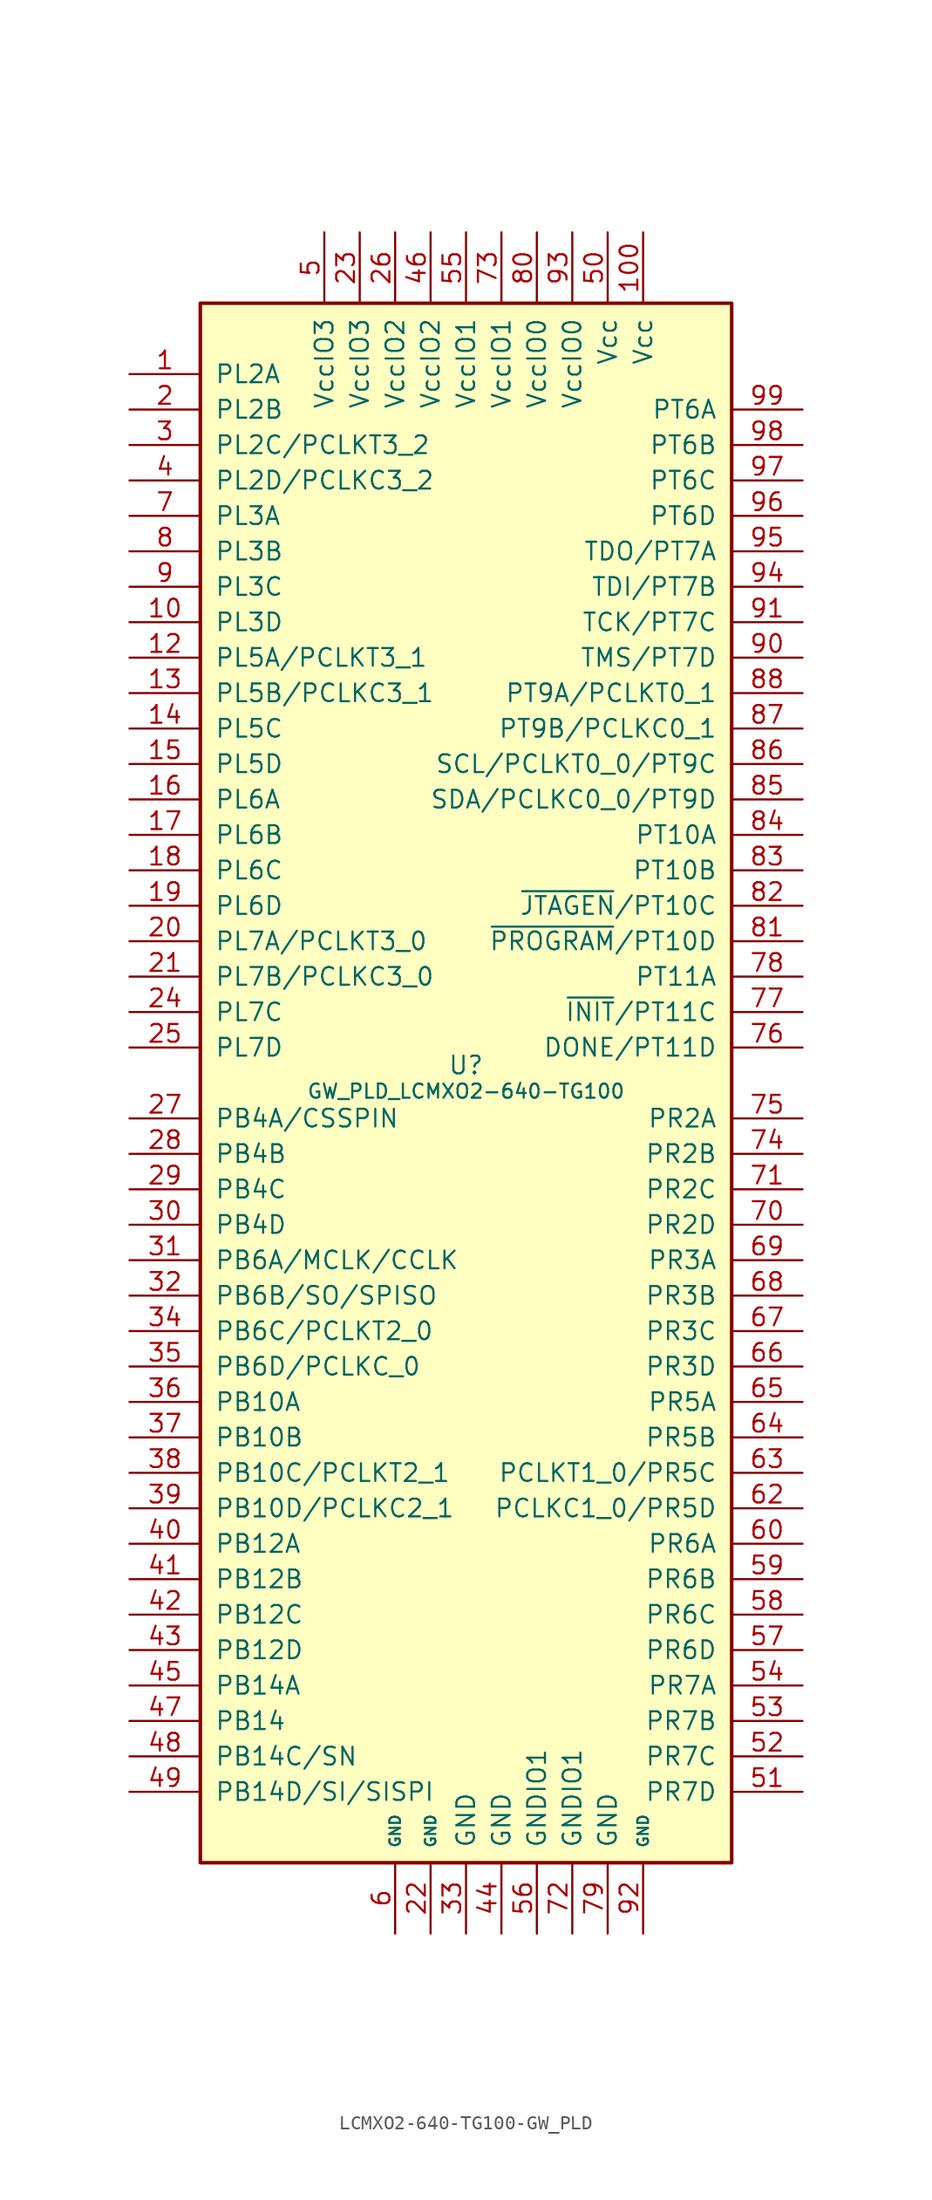
<source format=kicad_sym>
(kicad_symbol_lib
  (version 20220914)
  (generator kicad_symbol_editor)
  (symbol "LCMXO2-640-TG100-GW_PLD"
    (pin_names
      (offset 1.016))
    (property "Reference" "U"
      (at 0 1.27 0)
      (effects (font (size 1.27 1.27))))
    (property "Value" "GW_PLD_LCMXO2-640-TG100"
      (at 0 0 0)
      (effects (font (size 1.016 1.016)) (justify top)))
    (symbol "LCMXO2-640-TG100-GW_PLD_1_1"
      (rectangle (start -19.05 55.88) (end 19.05 -55.88) (stroke (width 0.254) (type solid)) (fill (type background)))
      (pin bidirectional line (at -24.13 50.8 0) (length 5.08) (name "PL2A" (effects (font (size 1.27 1.27)))) (number "1" (effects (font (size 1.27 1.27)))))
      (pin bidirectional line (at -24.13 33.02 0) (length 5.08) (name "PL3D" (effects (font (size 1.27 1.27)))) (number "10" (effects (font (size 1.27 1.27)))))
      (pin power_in line (at 12.7 60.96 270) (length 5.08) (name "Vcc" (effects (font (size 1.27 1.27)))) (number "100" (effects (font (size 1.27 1.27)))))
      (pin bidirectional line (at -24.13 30.48 0) (length 5.08) (name "PL5A/PCLKT3_1" (effects (font (size 1.27 1.27)))) (number "12" (effects (font (size 1.27 1.27)))))
      (pin bidirectional line (at -24.13 27.94 0) (length 5.08) (name "PL5B/PCLKC3_1" (effects (font (size 1.27 1.27)))) (number "13" (effects (font (size 1.27 1.27)))))
      (pin bidirectional line (at -24.13 25.4 0) (length 5.08) (name "PL5C" (effects (font (size 1.27 1.27)))) (number "14" (effects (font (size 1.27 1.27)))))
      (pin bidirectional line (at -24.13 22.86 0) (length 5.08) (name "PL5D" (effects (font (size 1.27 1.27)))) (number "15" (effects (font (size 1.27 1.27)))))
      (pin bidirectional line (at -24.13 20.32 0) (length 5.08) (name "PL6A" (effects (font (size 1.27 1.27)))) (number "16" (effects (font (size 1.27 1.27)))))
      (pin bidirectional line (at -24.13 17.78 0) (length 5.08) (name "PL6B" (effects (font (size 1.27 1.27)))) (number "17" (effects (font (size 1.27 1.27)))))
      (pin bidirectional line (at -24.13 15.24 0) (length 5.08) (name "PL6C" (effects (font (size 1.27 1.27)))) (number "18" (effects (font (size 1.27 1.27)))))
      (pin bidirectional line (at -24.13 12.7 0) (length 5.08) (name "PL6D" (effects (font (size 1.27 1.27)))) (number "19" (effects (font (size 1.27 1.27)))))
      (pin bidirectional line (at -24.13 48.26 0) (length 5.08) (name "PL2B" (effects (font (size 1.27 1.27)))) (number "2" (effects (font (size 1.27 1.27)))))
      (pin bidirectional line (at -24.13 10.16 0) (length 5.08) (name "PL7A/PCLKT3_0" (effects (font (size 1.27 1.27)))) (number "20" (effects (font (size 1.27 1.27)))))
      (pin bidirectional line (at -24.13 7.62 0) (length 5.08) (name "PL7B/PCLKC3_0" (effects (font (size 1.27 1.27)))) (number "21" (effects (font (size 1.27 1.27)))))
      (pin power_in line (at -2.54 -60.96 90) (length 5.08) (name "GND" (effects (font (size 0.762 0.762)))) (number "22" (effects (font (size 1.27 1.27)))))
      (pin power_in line (at -7.62 60.96 270) (length 5.08) (name "VccIO3" (effects (font (size 1.27 1.27)))) (number "23" (effects (font (size 1.27 1.27)))))
      (pin bidirectional line (at -24.13 5.08 0) (length 5.08) (name "PL7C" (effects (font (size 1.27 1.27)))) (number "24" (effects (font (size 1.27 1.27)))))
      (pin bidirectional line (at -24.13 2.54 0) (length 5.08) (name "PL7D" (effects (font (size 1.27 1.27)))) (number "25" (effects (font (size 1.27 1.27)))))
      (pin power_in line (at -5.08 60.96 270) (length 5.08) (name "VccIO2" (effects (font (size 1.27 1.27)))) (number "26" (effects (font (size 1.27 1.27)))))
      (pin bidirectional line (at -24.13 -2.54 0) (length 5.08) (name "PB4A/CSSPIN" (effects (font (size 1.27 1.27)))) (number "27" (effects (font (size 1.27 1.27)))))
      (pin bidirectional line (at -24.13 -5.08 0) (length 5.08) (name "PB4B" (effects (font (size 1.27 1.27)))) (number "28" (effects (font (size 1.27 1.27)))))
      (pin bidirectional line (at -24.13 -7.62 0) (length 5.08) (name "PB4C" (effects (font (size 1.27 1.27)))) (number "29" (effects (font (size 1.27 1.27)))))
      (pin bidirectional line (at -24.13 45.72 0) (length 5.08) (name "PL2C/PCLKT3_2" (effects (font (size 1.27 1.27)))) (number "3" (effects (font (size 1.27 1.27)))))
      (pin bidirectional line (at -24.13 -10.16 0) (length 5.08) (name "PB4D" (effects (font (size 1.27 1.27)))) (number "30" (effects (font (size 1.27 1.27)))))
      (pin bidirectional line (at -24.13 -12.7 0) (length 5.08) (name "PB6A/MCLK/CCLK" (effects (font (size 1.27 1.27)))) (number "31" (effects (font (size 1.27 1.27)))))
      (pin bidirectional line (at -24.13 -15.24 0) (length 5.08) (name "PB6B/SO/SPISO" (effects (font (size 1.27 1.27)))) (number "32" (effects (font (size 1.27 1.27)))))
      (pin power_in line (at 0 -60.96 90) (length 5.08) (name "GND" (effects (font (size 1.27 1.27)))) (number "33" (effects (font (size 1.27 1.27)))))
      (pin bidirectional line (at -24.13 -17.78 0) (length 5.08) (name "PB6C/PCLKT2_0" (effects (font (size 1.27 1.27)))) (number "34" (effects (font (size 1.27 1.27)))))
      (pin bidirectional line (at -24.13 -20.32 0) (length 5.08) (name "PB6D/PCLKC_0" (effects (font (size 1.27 1.27)))) (number "35" (effects (font (size 1.27 1.27)))))
      (pin bidirectional line (at -24.13 -22.86 0) (length 5.08) (name "PB10A" (effects (font (size 1.27 1.27)))) (number "36" (effects (font (size 1.27 1.27)))))
      (pin bidirectional line (at -24.13 -25.4 0) (length 5.08) (name "PB10B" (effects (font (size 1.27 1.27)))) (number "37" (effects (font (size 1.27 1.27)))))
      (pin bidirectional line (at -24.13 -27.94 0) (length 5.08) (name "PB10C/PCLKT2_1" (effects (font (size 1.27 1.27)))) (number "38" (effects (font (size 1.27 1.27)))))
      (pin bidirectional line (at -24.13 -30.48 0) (length 5.08) (name "PB10D/PCLKC2_1" (effects (font (size 1.27 1.27)))) (number "39" (effects (font (size 1.27 1.27)))))
      (pin bidirectional line (at -24.13 43.18 0) (length 5.08) (name "PL2D/PCLKC3_2" (effects (font (size 1.27 1.27)))) (number "4" (effects (font (size 1.27 1.27)))))
      (pin bidirectional line (at -24.13 -33.02 0) (length 5.08) (name "PB12A" (effects (font (size 1.27 1.27)))) (number "40" (effects (font (size 1.27 1.27)))))
      (pin bidirectional line (at -24.13 -35.56 0) (length 5.08) (name "PB12B" (effects (font (size 1.27 1.27)))) (number "41" (effects (font (size 1.27 1.27)))))
      (pin bidirectional line (at -24.13 -38.1 0) (length 5.08) (name "PB12C" (effects (font (size 1.27 1.27)))) (number "42" (effects (font (size 1.27 1.27)))))
      (pin bidirectional line (at -24.13 -40.64 0) (length 5.08) (name "PB12D" (effects (font (size 1.27 1.27)))) (number "43" (effects (font (size 1.27 1.27)))))
      (pin power_in line (at 2.54 -60.96 90) (length 5.08) (name "GND" (effects (font (size 1.27 1.27)))) (number "44" (effects (font (size 1.27 1.27)))))
      (pin bidirectional line (at -24.13 -43.18 0) (length 5.08) (name "PB14A" (effects (font (size 1.27 1.27)))) (number "45" (effects (font (size 1.27 1.27)))))
      (pin power_in line (at -2.54 60.96 270) (length 5.08) (name "VccIO2" (effects (font (size 1.27 1.27)))) (number "46" (effects (font (size 1.27 1.27)))))
      (pin bidirectional line (at -24.13 -45.72 0) (length 5.08) (name "PB14" (effects (font (size 1.27 1.27)))) (number "47" (effects (font (size 1.27 1.27)))))
      (pin bidirectional line (at -24.13 -48.26 0) (length 5.08) (name "PB14C/SN" (effects (font (size 1.27 1.27)))) (number "48" (effects (font (size 1.27 1.27)))))
      (pin bidirectional line (at -24.13 -50.8 0) (length 5.08) (name "PB14D/SI/SISPI" (effects (font (size 1.27 1.27)))) (number "49" (effects (font (size 1.27 1.27)))))
      (pin power_in line (at -10.16 60.96 270) (length 5.08) (name "VccIO3" (effects (font (size 1.27 1.27)))) (number "5" (effects (font (size 1.27 1.27)))))
      (pin power_in line (at 10.16 60.96 270) (length 5.08) (name "Vcc" (effects (font (size 1.27 1.27)))) (number "50" (effects (font (size 1.27 1.27)))))
      (pin bidirectional line (at 24.13 -50.8 180) (length 5.08) (name "PR7D" (effects (font (size 1.27 1.27)))) (number "51" (effects (font (size 1.27 1.27)))))
      (pin bidirectional line (at 24.13 -48.26 180) (length 5.08) (name "PR7C" (effects (font (size 1.27 1.27)))) (number "52" (effects (font (size 1.27 1.27)))))
      (pin bidirectional line (at 24.13 -45.72 180) (length 5.08) (name "PR7B" (effects (font (size 1.27 1.27)))) (number "53" (effects (font (size 1.27 1.27)))))
      (pin bidirectional line (at 24.13 -43.18 180) (length 5.08) (name "PR7A" (effects (font (size 1.27 1.27)))) (number "54" (effects (font (size 1.27 1.27)))))
      (pin power_in line (at 0 60.96 270) (length 5.08) (name "VccIO1" (effects (font (size 1.27 1.27)))) (number "55" (effects (font (size 1.27 1.27)))))
      (pin power_in line (at 5.08 -60.96 90) (length 5.08) (name "GNDIO1" (effects (font (size 1.27 1.27)))) (number "56" (effects (font (size 1.27 1.27)))))
      (pin bidirectional line (at 24.13 -40.64 180) (length 5.08) (name "PR6D" (effects (font (size 1.27 1.27)))) (number "57" (effects (font (size 1.27 1.27)))))
      (pin bidirectional line (at 24.13 -38.1 180) (length 5.08) (name "PR6C" (effects (font (size 1.27 1.27)))) (number "58" (effects (font (size 1.27 1.27)))))
      (pin bidirectional line (at 24.13 -35.56 180) (length 5.08) (name "PR6B" (effects (font (size 1.27 1.27)))) (number "59" (effects (font (size 1.27 1.27)))))
      (pin power_in line (at -5.08 -60.96 90) (length 5.08) (name "GND" (effects (font (size 0.762 0.762)))) (number "6" (effects (font (size 1.27 1.27)))))
      (pin bidirectional line (at 24.13 -33.02 180) (length 5.08) (name "PR6A" (effects (font (size 1.27 1.27)))) (number "60" (effects (font (size 1.27 1.27)))))
      (pin bidirectional line (at 24.13 -30.48 180) (length 5.08) (name "PCLKC1_0/PR5D" (effects (font (size 1.27 1.27)))) (number "62" (effects (font (size 1.27 1.27)))))
      (pin bidirectional line (at 24.13 -27.94 180) (length 5.08) (name "PCLKT1_0/PR5C" (effects (font (size 1.27 1.27)))) (number "63" (effects (font (size 1.27 1.27)))))
      (pin bidirectional line (at 24.13 -25.4 180) (length 5.08) (name "PR5B" (effects (font (size 1.27 1.27)))) (number "64" (effects (font (size 1.27 1.27)))))
      (pin bidirectional line (at 24.13 -22.86 180) (length 5.08) (name "PR5A" (effects (font (size 1.27 1.27)))) (number "65" (effects (font (size 1.27 1.27)))))
      (pin bidirectional line (at 24.13 -20.32 180) (length 5.08) (name "PR3D" (effects (font (size 1.27 1.27)))) (number "66" (effects (font (size 1.27 1.27)))))
      (pin bidirectional line (at 24.13 -17.78 180) (length 5.08) (name "PR3C" (effects (font (size 1.27 1.27)))) (number "67" (effects (font (size 1.27 1.27)))))
      (pin bidirectional line (at 24.13 -15.24 180) (length 5.08) (name "PR3B" (effects (font (size 1.27 1.27)))) (number "68" (effects (font (size 1.27 1.27)))))
      (pin bidirectional line (at 24.13 -12.7 180) (length 5.08) (name "PR3A" (effects (font (size 1.27 1.27)))) (number "69" (effects (font (size 1.27 1.27)))))
      (pin bidirectional line (at -24.13 40.64 0) (length 5.08) (name "PL3A" (effects (font (size 1.27 1.27)))) (number "7" (effects (font (size 1.27 1.27)))))
      (pin bidirectional line (at 24.13 -10.16 180) (length 5.08) (name "PR2D" (effects (font (size 1.27 1.27)))) (number "70" (effects (font (size 1.27 1.27)))))
      (pin bidirectional line (at 24.13 -7.62 180) (length 5.08) (name "PR2C" (effects (font (size 1.27 1.27)))) (number "71" (effects (font (size 1.27 1.27)))))
      (pin power_in line (at 7.62 -60.96 90) (length 5.08) (name "GNDIO1" (effects (font (size 1.27 1.27)))) (number "72" (effects (font (size 1.27 1.27)))))
      (pin power_in line (at 2.54 60.96 270) (length 5.08) (name "VccIO1" (effects (font (size 1.27 1.27)))) (number "73" (effects (font (size 1.27 1.27)))))
      (pin bidirectional line (at 24.13 -5.08 180) (length 5.08) (name "PR2B" (effects (font (size 1.27 1.27)))) (number "74" (effects (font (size 1.27 1.27)))))
      (pin bidirectional line (at 24.13 -2.54 180) (length 5.08) (name "PR2A" (effects (font (size 1.27 1.27)))) (number "75" (effects (font (size 1.27 1.27)))))
      (pin bidirectional line (at 24.13 2.54 180) (length 5.08) (name "DONE/PT11D" (effects (font (size 1.27 1.27)))) (number "76" (effects (font (size 1.27 1.27)))))
      (pin bidirectional line (at 24.13 5.08 180) (length 5.08) (name "~{INIT}/PT11C" (effects (font (size 1.27 1.27)))) (number "77" (effects (font (size 1.27 1.27)))))
      (pin bidirectional line (at 24.13 7.62 180) (length 5.08) (name "PT11A" (effects (font (size 1.27 1.27)))) (number "78" (effects (font (size 1.27 1.27)))))
      (pin power_in line (at 10.16 -60.96 90) (length 5.08) (name "GND" (effects (font (size 1.27 1.27)))) (number "79" (effects (font (size 1.27 1.27)))))
      (pin bidirectional line (at -24.13 38.1 0) (length 5.08) (name "PL3B" (effects (font (size 1.27 1.27)))) (number "8" (effects (font (size 1.27 1.27)))))
      (pin power_in line (at 5.08 60.96 270) (length 5.08) (name "VccIO0" (effects (font (size 1.27 1.27)))) (number "80" (effects (font (size 1.27 1.27)))))
      (pin bidirectional line (at 24.13 10.16 180) (length 5.08) (name "~{PROGRAM}/PT10D" (effects (font (size 1.27 1.27)))) (number "81" (effects (font (size 1.27 1.27)))))
      (pin bidirectional line (at 24.13 12.7 180) (length 5.08) (name "~{JTAGEN}/PT10C" (effects (font (size 1.27 1.27)))) (number "82" (effects (font (size 1.27 1.27)))))
      (pin bidirectional line (at 24.13 15.24 180) (length 5.08) (name "PT10B" (effects (font (size 1.27 1.27)))) (number "83" (effects (font (size 1.27 1.27)))))
      (pin bidirectional line (at 24.13 17.78 180) (length 5.08) (name "PT10A" (effects (font (size 1.27 1.27)))) (number "84" (effects (font (size 1.27 1.27)))))
      (pin bidirectional line (at 24.13 20.32 180) (length 5.08) (name "SDA/PCLKC0_0/PT9D" (effects (font (size 1.27 1.27)))) (number "85" (effects (font (size 1.27 1.27)))))
      (pin bidirectional line (at 24.13 22.86 180) (length 5.08) (name "SCL/PCLKT0_0/PT9C" (effects (font (size 1.27 1.27)))) (number "86" (effects (font (size 1.27 1.27)))))
      (pin bidirectional line (at 24.13 25.4 180) (length 5.08) (name "PT9B/PCLKC0_1" (effects (font (size 1.27 1.27)))) (number "87" (effects (font (size 1.27 1.27)))))
      (pin bidirectional line (at 24.13 27.94 180) (length 5.08) (name "PT9A/PCLKT0_1" (effects (font (size 1.27 1.27)))) (number "88" (effects (font (size 1.27 1.27)))))
      (pin bidirectional line (at -24.13 35.56 0) (length 5.08) (name "PL3C" (effects (font (size 1.27 1.27)))) (number "9" (effects (font (size 1.27 1.27)))))
      (pin bidirectional line (at 24.13 30.48 180) (length 5.08) (name "TMS/PT7D" (effects (font (size 1.27 1.27)))) (number "90" (effects (font (size 1.27 1.27)))))
      (pin bidirectional line (at 24.13 33.02 180) (length 5.08) (name "TCK/PT7C" (effects (font (size 1.27 1.27)))) (number "91" (effects (font (size 1.27 1.27)))))
      (pin power_in line (at 12.7 -60.96 90) (length 5.08) (name "GND" (effects (font (size 0.762 0.762)))) (number "92" (effects (font (size 1.27 1.27)))))
      (pin power_in line (at 7.62 60.96 270) (length 5.08) (name "VccIO0" (effects (font (size 1.27 1.27)))) (number "93" (effects (font (size 1.27 1.27)))))
      (pin bidirectional line (at 24.13 35.56 180) (length 5.08) (name "TDI/PT7B" (effects (font (size 1.27 1.27)))) (number "94" (effects (font (size 1.27 1.27)))))
      (pin bidirectional line (at 24.13 38.1 180) (length 5.08) (name "TDO/PT7A" (effects (font (size 1.27 1.27)))) (number "95" (effects (font (size 1.27 1.27)))))
      (pin bidirectional line (at 24.13 40.64 180) (length 5.08) (name "PT6D" (effects (font (size 1.27 1.27)))) (number "96" (effects (font (size 1.27 1.27)))))
      (pin bidirectional line (at 24.13 43.18 180) (length 5.08) (name "PT6C" (effects (font (size 1.27 1.27)))) (number "97" (effects (font (size 1.27 1.27)))))
      (pin bidirectional line (at 24.13 45.72 180) (length 5.08) (name "PT6B" (effects (font (size 1.27 1.27)))) (number "98" (effects (font (size 1.27 1.27)))))
      (pin bidirectional line (at 24.13 48.26 180) (length 5.08) (name "PT6A" (effects (font (size 1.27 1.27)))) (number "99" (effects (font (size 1.27 1.27))))))))
</source>
